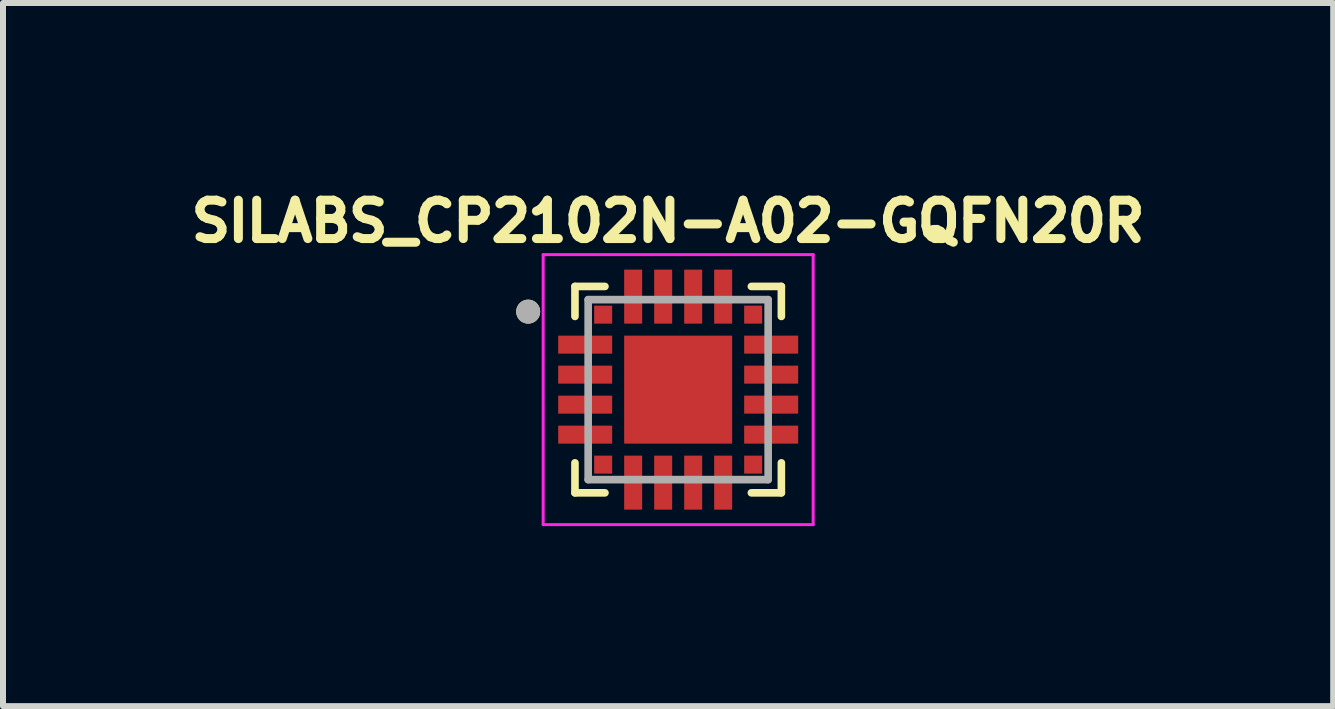
<source format=kicad_pcb>
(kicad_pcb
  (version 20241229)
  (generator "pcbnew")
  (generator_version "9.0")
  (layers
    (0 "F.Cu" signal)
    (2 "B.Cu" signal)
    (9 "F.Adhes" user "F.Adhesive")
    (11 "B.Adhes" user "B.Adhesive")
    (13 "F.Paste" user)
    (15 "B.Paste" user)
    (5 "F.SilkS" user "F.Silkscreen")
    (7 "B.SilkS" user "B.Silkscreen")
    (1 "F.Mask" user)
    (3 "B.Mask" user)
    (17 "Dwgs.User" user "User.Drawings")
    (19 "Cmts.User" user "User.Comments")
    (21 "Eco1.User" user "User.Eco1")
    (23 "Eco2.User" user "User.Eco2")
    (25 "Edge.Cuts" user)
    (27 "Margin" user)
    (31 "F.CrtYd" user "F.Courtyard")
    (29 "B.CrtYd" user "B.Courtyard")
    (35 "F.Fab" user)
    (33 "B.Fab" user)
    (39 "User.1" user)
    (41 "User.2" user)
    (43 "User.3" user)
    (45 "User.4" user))
  (footprint "SILABS_CP2102N-A02-GQFN20R"
    (layer "F.Cu")
    (at 8.253 3.444)
    (property "Reference" "SILABS_CP2102N-A02-GQFN20R" (at -0.168 -2.806 0) (layer "F.SilkS") (effects (font (size 0.64 0.64) (thickness 0.15))))
    (attr through_hole)
    (fp_line (start -1.72 -1.72) (end -1.22 -1.72) (stroke (width 0.127) (type solid)) (layer "F.SilkS"))
    (fp_line (start -1.72 -1.22) (end -1.72 -1.72) (stroke (width 0.127) (type solid)) (layer "F.SilkS"))
    (fp_line (start -1.72 1.72) (end -1.72 1.22) (stroke (width 0.127) (type solid)) (layer "F.SilkS"))
    (fp_line (start -1.22 1.72) (end -1.72 1.72) (stroke (width 0.127) (type solid)) (layer "F.SilkS"))
    (fp_line (start 1.22 -1.72) (end 1.72 -1.72) (stroke (width 0.127) (type solid)) (layer "F.SilkS"))
    (fp_line (start 1.72 -1.72) (end 1.72 -1.22) (stroke (width 0.127) (type solid)) (layer "F.SilkS"))
    (fp_line (start 1.72 1.22) (end 1.72 1.72) (stroke (width 0.127) (type solid)) (layer "F.SilkS"))
    (fp_line (start 1.72 1.72) (end 1.22 1.72) (stroke (width 0.127) (type solid)) (layer "F.SilkS"))
    (fp_circle (center -2.5 -1.3) (end -2.4 -1.3) (stroke (width 0.2) (type solid)) (fill no) (layer "F.SilkS"))
    (fp_poly (pts (xy -0.85 -0.85) (xy -0.1 -0.85) (xy -0.1 -0.1) (xy -0.85 -0.1)) (stroke (width 0.01) (type solid)) (fill yes) (layer "F.Paste"))
    (fp_poly (pts (xy -0.85 0.1) (xy -0.1 0.1) (xy -0.1 0.85) (xy -0.85 0.85)) (stroke (width 0.01) (type solid)) (fill yes) (layer "F.Paste"))
    (fp_poly (pts (xy 0.1 -0.85) (xy 0.85 -0.85) (xy 0.85 -0.1) (xy 0.1 -0.1)) (stroke (width 0.01) (type solid)) (fill yes) (layer "F.Paste"))
    (fp_poly (pts (xy 0.1 0.1) (xy 0.85 0.1) (xy 0.85 0.85) (xy 0.1 0.85)) (stroke (width 0.01) (type solid)) (fill yes) (layer "F.Paste"))
    (fp_line (start -2.25 -2.25) (end 2.25 -2.25) (stroke (width 0.05) (type solid)) (layer "F.CrtYd"))
    (fp_line (start -2.25 2.25) (end -2.25 -2.25) (stroke (width 0.05) (type solid)) (layer "F.CrtYd"))
    (fp_line (start 2.25 -2.25) (end 2.25 2.25) (stroke (width 0.05) (type solid)) (layer "F.CrtYd"))
    (fp_line (start 2.25 2.25) (end -2.25 2.25) (stroke (width 0.05) (type solid)) (layer "F.CrtYd"))
    (fp_line (start -1.5 -1.5) (end 1.5 -1.5) (stroke (width 0.127) (type solid)) (layer "F.Fab"))
    (fp_line (start -1.5 1.5) (end -1.5 -1.5) (stroke (width 0.127) (type solid)) (layer "F.Fab"))
    (fp_line (start 1.5 -1.5) (end 1.5 1.5) (stroke (width 0.127) (type solid)) (layer "F.Fab"))
    (fp_line (start 1.5 1.5) (end -1.5 1.5) (stroke (width 0.127) (type solid)) (layer "F.Fab"))
    (fp_circle (center -2.5 -1.3) (end -2.4 -1.3) (stroke (width 0.2) (type solid)) (fill no) (layer "F.Fab"))
    (pad "1" smd rect (at -1.25 -1.25) (size 0.3 0.3) (layers "F.Cu" "F.Mask" "F.Paste"))
    (pad "2" smd rect (at -1.55 -0.75) (size 0.9 0.3) (layers "F.Cu" "F.Mask" "F.Paste"))
    (pad "3" smd rect (at -1.55 -0.25) (size 0.9 0.3) (layers "F.Cu" "F.Mask" "F.Paste"))
    (pad "4" smd rect (at -1.55 0.25) (size 0.9 0.3) (layers "F.Cu" "F.Mask" "F.Paste"))
    (pad "5" smd rect (at -1.55 0.75) (size 0.9 0.3) (layers "F.Cu" "F.Mask" "F.Paste"))
    (pad "6" smd rect (at -1.25 1.25) (size 0.3 0.3) (layers "F.Cu" "F.Mask" "F.Paste"))
    (pad "7" smd rect (at -0.75 1.55) (size 0.3 0.9) (layers "F.Cu" "F.Mask" "F.Paste"))
    (pad "8" smd rect (at -0.25 1.55) (size 0.3 0.9) (layers "F.Cu" "F.Mask" "F.Paste"))
    (pad "9" smd rect (at 0.25 1.55) (size 0.3 0.9) (layers "F.Cu" "F.Mask" "F.Paste"))
    (pad "10" smd rect (at 0.75 1.55) (size 0.3 0.9) (layers "F.Cu" "F.Mask" "F.Paste"))
    (pad "11" smd rect (at 1.25 1.25) (size 0.3 0.3) (layers "F.Cu" "F.Mask" "F.Paste"))
    (pad "12" smd rect (at 1.55 0.75) (size 0.9 0.3) (layers "F.Cu" "F.Mask" "F.Paste"))
    (pad "13" smd rect (at 1.55 0.25) (size 0.9 0.3) (layers "F.Cu" "F.Mask" "F.Paste"))
    (pad "14" smd rect (at 1.55 -0.25) (size 0.9 0.3) (layers "F.Cu" "F.Mask" "F.Paste"))
    (pad "15" smd rect (at 1.55 -0.75) (size 0.9 0.3) (layers "F.Cu" "F.Mask" "F.Paste"))
    (pad "16" smd rect (at 1.25 -1.25) (size 0.3 0.3) (layers "F.Cu" "F.Mask" "F.Paste"))
    (pad "17" smd rect (at 0.75 -1.55) (size 0.3 0.9) (layers "F.Cu" "F.Mask" "F.Paste"))
    (pad "18" smd rect (at 0.25 -1.55) (size 0.3 0.9) (layers "F.Cu" "F.Mask" "F.Paste"))
    (pad "19" smd rect (at -0.25 -1.55) (size 0.3 0.9) (layers "F.Cu" "F.Mask" "F.Paste"))
    (pad "20" smd rect (at -0.75 -1.55) (size 0.3 0.9) (layers "F.Cu" "F.Mask" "F.Paste"))
    (pad "21" smd rect (at 0 0) (size 1.8 1.8) (layers "F.Cu" "F.Mask")))
  (gr_rect
    (start -3 -3)
    (end 19.17 8.719)
    (stroke (width 0.1) (type default))
    (fill no)
    (layer "Edge.Cuts")))
</source>
